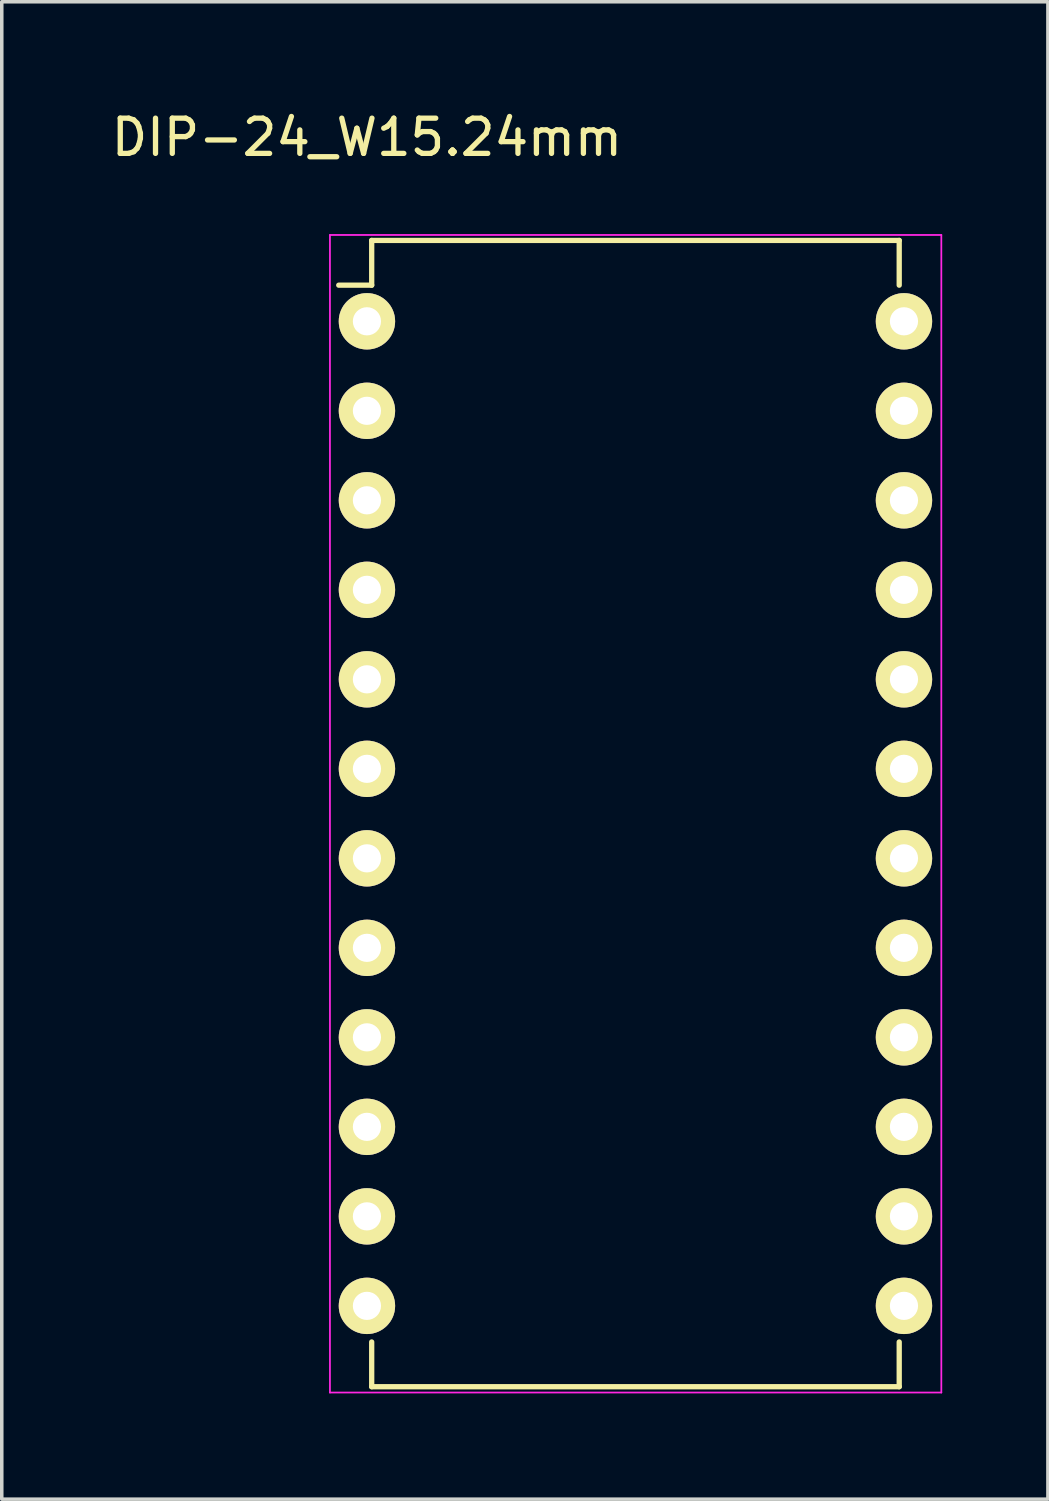
<source format=kicad_pcb>
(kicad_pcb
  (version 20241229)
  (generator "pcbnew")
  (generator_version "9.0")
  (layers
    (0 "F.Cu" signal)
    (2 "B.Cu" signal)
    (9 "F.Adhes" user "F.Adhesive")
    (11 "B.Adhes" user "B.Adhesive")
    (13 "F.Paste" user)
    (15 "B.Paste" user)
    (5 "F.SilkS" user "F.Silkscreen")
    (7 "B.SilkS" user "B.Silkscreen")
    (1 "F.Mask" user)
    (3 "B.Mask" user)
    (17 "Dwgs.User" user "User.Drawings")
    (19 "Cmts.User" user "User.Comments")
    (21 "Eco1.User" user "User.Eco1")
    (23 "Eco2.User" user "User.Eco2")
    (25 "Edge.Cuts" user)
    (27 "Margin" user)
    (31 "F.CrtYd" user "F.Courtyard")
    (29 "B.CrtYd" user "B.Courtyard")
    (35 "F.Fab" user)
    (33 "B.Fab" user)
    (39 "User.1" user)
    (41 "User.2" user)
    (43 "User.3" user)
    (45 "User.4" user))
  (footprint "DIP-24_W15.24mm"
    (layer "F.Cu")
    (at 7.363 6.068)
    (property "Reference" "DIP-24_W15.24mm" (at 0 -5.22 0) (layer "F.SilkS") (effects (font (size 1 1) (thickness 0.15))))
    (attr through_hole)
    (fp_line (start 0.135 -2.295) (end 0.135 -1.025) (stroke (width 0.15) (type solid)) (layer "F.SilkS"))
    (fp_line (start 0.135 -2.295) (end 15.105 -2.295) (stroke (width 0.15) (type solid)) (layer "F.SilkS"))
    (fp_line (start 0.135 -1.025) (end -0.8 -1.025) (stroke (width 0.15) (type solid)) (layer "F.SilkS"))
    (fp_line (start 0.135 30.235) (end 0.135 28.965) (stroke (width 0.15) (type solid)) (layer "F.SilkS"))
    (fp_line (start 0.135 30.235) (end 15.105 30.235) (stroke (width 0.15) (type solid)) (layer "F.SilkS"))
    (fp_line (start 15.105 -2.295) (end 15.105 -1.025) (stroke (width 0.15) (type solid)) (layer "F.SilkS"))
    (fp_line (start 15.105 30.235) (end 15.105 28.965) (stroke (width 0.15) (type solid)) (layer "F.SilkS"))
    (fp_line (start -1.05 -2.45) (end -1.05 30.4) (stroke (width 0.05) (type solid)) (layer "F.CrtYd"))
    (fp_line (start -1.05 -2.45) (end 16.3 -2.45) (stroke (width 0.05) (type solid)) (layer "F.CrtYd"))
    (fp_line (start -1.05 30.4) (end 16.3 30.4) (stroke (width 0.05) (type solid)) (layer "F.CrtYd"))
    (fp_line (start 16.3 -2.45) (end 16.3 30.4) (stroke (width 0.05) (type solid)) (layer "F.CrtYd"))
    (pad "1" thru_hole oval (at 0 0) (size 1.6 1.6) (drill 0.8) (layers "*.Cu" "*.Mask" "F.SilkS"))
    (pad "2" thru_hole oval (at 0 2.54) (size 1.6 1.6) (drill 0.8) (layers "*.Cu" "*.Mask" "F.SilkS"))
    (pad "3" thru_hole oval (at 0 5.08) (size 1.6 1.6) (drill 0.8) (layers "*.Cu" "*.Mask" "F.SilkS"))
    (pad "4" thru_hole oval (at 0 7.62) (size 1.6 1.6) (drill 0.8) (layers "*.Cu" "*.Mask" "F.SilkS"))
    (pad "5" thru_hole oval (at 0 10.16) (size 1.6 1.6) (drill 0.8) (layers "*.Cu" "*.Mask" "F.SilkS"))
    (pad "6" thru_hole oval (at 0 12.7) (size 1.6 1.6) (drill 0.8) (layers "*.Cu" "*.Mask" "F.SilkS"))
    (pad "7" thru_hole oval (at 0 15.24) (size 1.6 1.6) (drill 0.8) (layers "*.Cu" "*.Mask" "F.SilkS"))
    (pad "8" thru_hole oval (at 0 17.78) (size 1.6 1.6) (drill 0.8) (layers "*.Cu" "*.Mask" "F.SilkS"))
    (pad "9" thru_hole oval (at 0 20.32) (size 1.6 1.6) (drill 0.8) (layers "*.Cu" "*.Mask" "F.SilkS"))
    (pad "10" thru_hole oval (at 0 22.86) (size 1.6 1.6) (drill 0.8) (layers "*.Cu" "*.Mask" "F.SilkS"))
    (pad "11" thru_hole oval (at 0 25.4) (size 1.6 1.6) (drill 0.8) (layers "*.Cu" "*.Mask" "F.SilkS"))
    (pad "12" thru_hole oval (at 0 27.94) (size 1.6 1.6) (drill 0.8) (layers "*.Cu" "*.Mask" "F.SilkS"))
    (pad "13" thru_hole oval (at 15.24 27.94) (size 1.6 1.6) (drill 0.8) (layers "*.Cu" "*.Mask" "F.SilkS"))
    (pad "14" thru_hole oval (at 15.24 25.4) (size 1.6 1.6) (drill 0.8) (layers "*.Cu" "*.Mask" "F.SilkS"))
    (pad "15" thru_hole oval (at 15.24 22.86) (size 1.6 1.6) (drill 0.8) (layers "*.Cu" "*.Mask" "F.SilkS"))
    (pad "16" thru_hole oval (at 15.24 20.32) (size 1.6 1.6) (drill 0.8) (layers "*.Cu" "*.Mask" "F.SilkS"))
    (pad "17" thru_hole oval (at 15.24 17.78) (size 1.6 1.6) (drill 0.8) (layers "*.Cu" "*.Mask" "F.SilkS"))
    (pad "18" thru_hole oval (at 15.24 15.24) (size 1.6 1.6) (drill 0.8) (layers "*.Cu" "*.Mask" "F.SilkS"))
    (pad "19" thru_hole oval (at 15.24 12.7) (size 1.6 1.6) (drill 0.8) (layers "*.Cu" "*.Mask" "F.SilkS"))
    (pad "20" thru_hole oval (at 15.24 10.16) (size 1.6 1.6) (drill 0.8) (layers "*.Cu" "*.Mask" "F.SilkS"))
    (pad "21" thru_hole oval (at 15.24 7.62) (size 1.6 1.6) (drill 0.8) (layers "*.Cu" "*.Mask" "F.SilkS"))
    (pad "22" thru_hole oval (at 15.24 5.08) (size 1.6 1.6) (drill 0.8) (layers "*.Cu" "*.Mask" "F.SilkS"))
    (pad "23" thru_hole oval (at 15.24 2.54) (size 1.6 1.6) (drill 0.8) (layers "*.Cu" "*.Mask" "F.SilkS"))
    (pad "24" thru_hole oval (at 15.24 0) (size 1.6 1.6) (drill 0.8) (layers "*.Cu" "*.Mask" "F.SilkS")))
  (gr_rect
    (start -3 -3)
    (end 26.688 39.493)
    (stroke (width 0.1) (type default))
    (fill no)
    (layer "Edge.Cuts")))
</source>
